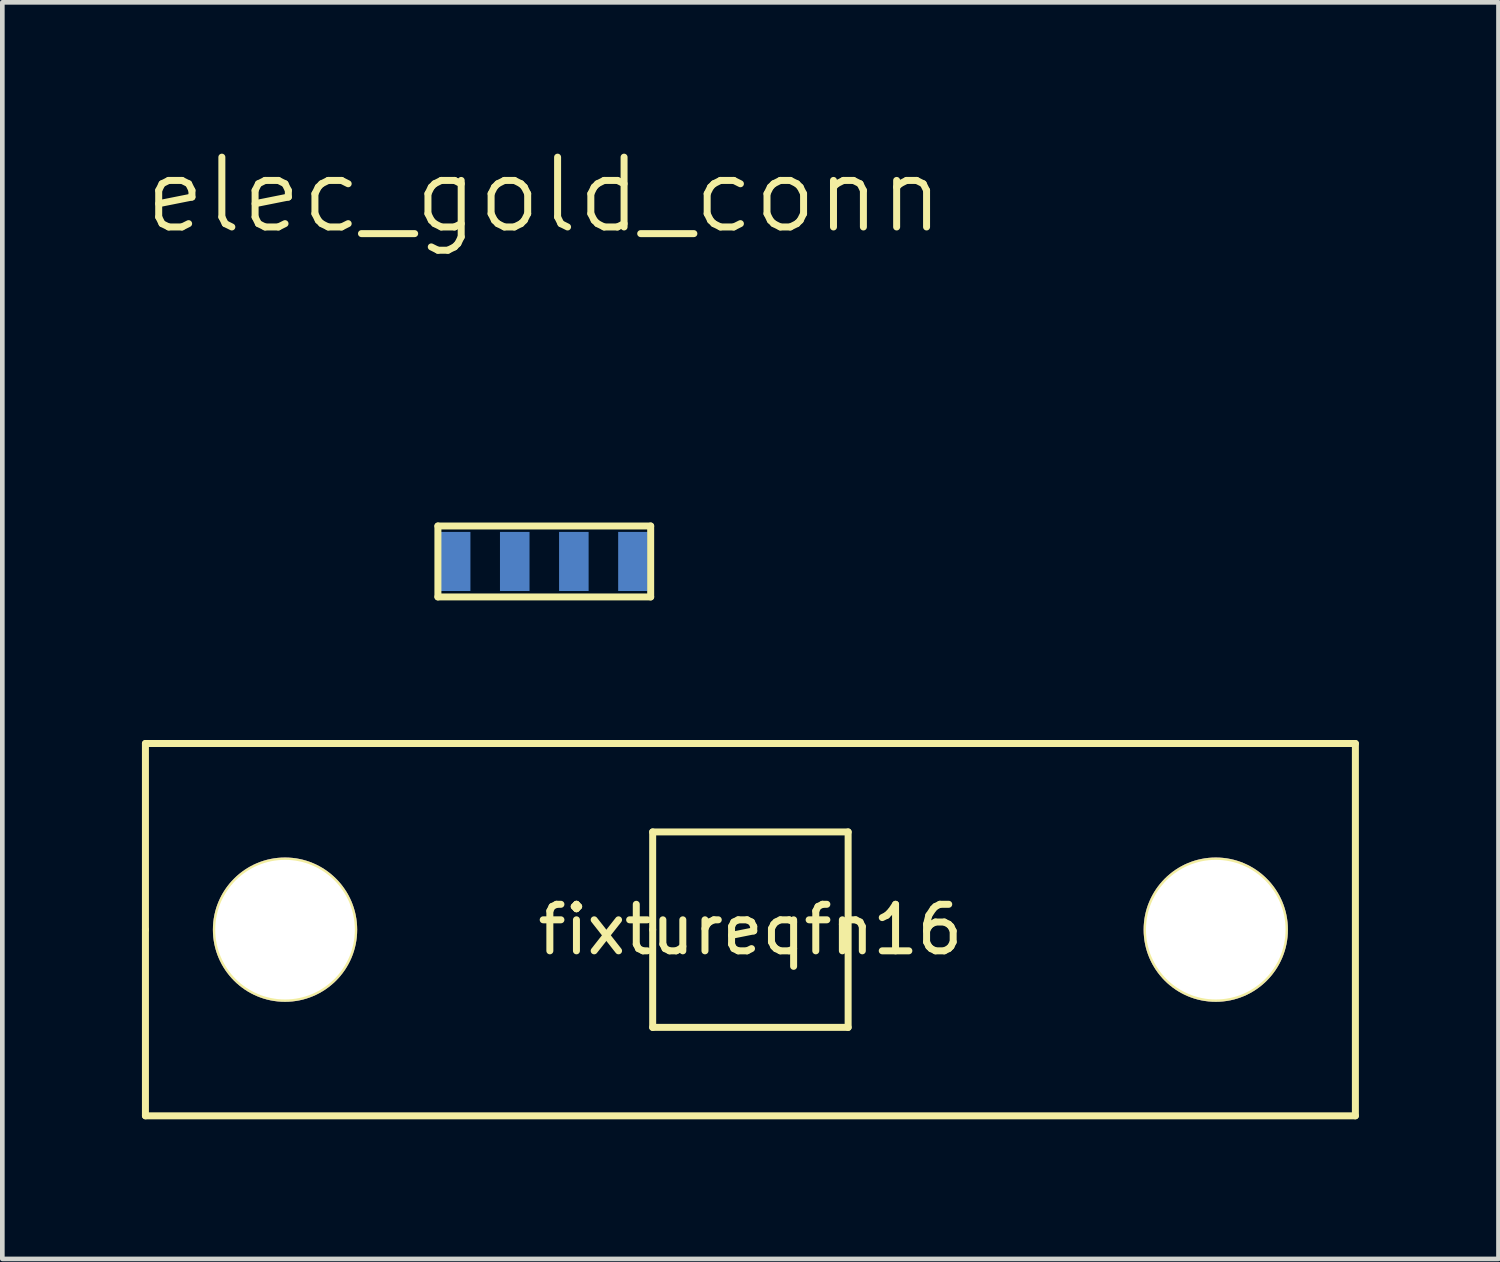
<source format=kicad_pcb>
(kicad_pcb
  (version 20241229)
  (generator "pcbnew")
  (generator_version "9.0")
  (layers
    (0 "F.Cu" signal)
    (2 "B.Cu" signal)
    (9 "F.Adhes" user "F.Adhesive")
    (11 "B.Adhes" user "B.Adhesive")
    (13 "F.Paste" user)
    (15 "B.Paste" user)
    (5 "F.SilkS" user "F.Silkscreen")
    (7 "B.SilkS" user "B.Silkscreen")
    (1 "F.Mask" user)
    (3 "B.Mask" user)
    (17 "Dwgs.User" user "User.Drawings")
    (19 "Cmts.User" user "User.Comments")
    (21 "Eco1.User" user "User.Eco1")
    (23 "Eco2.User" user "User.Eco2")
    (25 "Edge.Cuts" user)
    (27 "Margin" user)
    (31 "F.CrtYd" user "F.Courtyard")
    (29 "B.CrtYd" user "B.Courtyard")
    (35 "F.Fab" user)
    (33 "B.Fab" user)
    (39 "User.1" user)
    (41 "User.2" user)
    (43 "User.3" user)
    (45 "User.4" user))
  (footprint "fixtureqfn16"
    (layer "F.Cu")
    (at 13.075 16.927)
    (property "Reference" "fixtureqfn16" (at 0 0 0) (layer "F.SilkS") (effects (font (size 1 1) (thickness 0.15))))
    (attr through_hole)
    (fp_line (start -13 -4) (end 13 -4) (stroke (width 0.15) (type solid)) (layer "F.SilkS"))
    (fp_line (start -13 0) (end -13 -4) (stroke (width 0.15) (type solid)) (layer "F.SilkS"))
    (fp_line (start -13 4) (end -13 0) (stroke (width 0.15) (type solid)) (layer "F.SilkS"))
    (fp_line (start -2.1 -2.1) (end 2.1 -2.1) (stroke (width 0.15) (type solid)) (layer "F.SilkS"))
    (fp_line (start -2.1 0) (end -2.1 -2.1) (stroke (width 0.15) (type solid)) (layer "F.SilkS"))
    (fp_line (start -2.1 2.1) (end -2.1 0) (stroke (width 0.15) (type solid)) (layer "F.SilkS"))
    (fp_line (start 2.1 -2.1) (end 2.1 2.1) (stroke (width 0.15) (type solid)) (layer "F.SilkS"))
    (fp_line (start 2.1 2.1) (end -2.1 2.1) (stroke (width 0.15) (type solid)) (layer "F.SilkS"))
    (fp_line (start 13 -4) (end 13 4) (stroke (width 0.15) (type solid)) (layer "F.SilkS"))
    (fp_line (start 13 4) (end -13 4) (stroke (width 0.15) (type solid)) (layer "F.SilkS"))
    (pad "1" thru_hole circle (at -10 0) (size 3.1 3.1) (drill 3) (layers "*.Cu" "*.Mask" "F.SilkS"))
    (pad "2" thru_hole circle (at 10 0) (size 3.1 3.1) (drill 3) (layers "*.Cu" "*.Mask" "F.SilkS")))
  (footprint "elec_gold_conn"
    (layer "F.Cu")
    (at 8.646 9.015)
    (property "Reference" "elec_gold_conn" (at 0 -7.874 0) (layer "F.SilkS") (effects (font (size 1.5 1.5) (thickness 0.15))))
    (attr through_hole)
    (fp_line (start -2.286 -0.762) (end 2.286 -0.762) (stroke (width 0.15) (type solid)) (layer "F.SilkS"))
    (fp_line (start -2.286 0.762) (end -2.286 -0.762) (stroke (width 0.15) (type solid)) (layer "F.SilkS"))
    (fp_line (start 2.286 -0.762) (end 2.286 0.762) (stroke (width 0.15) (type solid)) (layer "F.SilkS"))
    (fp_line (start 2.286 0.762) (end -2.286 0.762) (stroke (width 0.15) (type solid)) (layer "F.SilkS"))
    (pad "1" smd rect (at -1.905 0) (size 0.635 1.27) (layers "B.Cu" "B.Mask"))
    (pad "2" smd rect (at -0.635 0) (size 0.635 1.27) (layers "B.Cu" "B.Mask"))
    (pad "3" smd rect (at 0.635 0) (size 0.635 1.27) (layers "B.Cu" "B.Mask"))
    (pad "4" smd rect (at 1.905 0) (size 0.635 1.27) (layers "B.Cu" "B.Mask")))
  (gr_rect
    (start -3 -3)
    (end 29.15 24.002)
    (stroke (width 0.1) (type default))
    (fill no)
    (layer "Edge.Cuts")))
</source>
